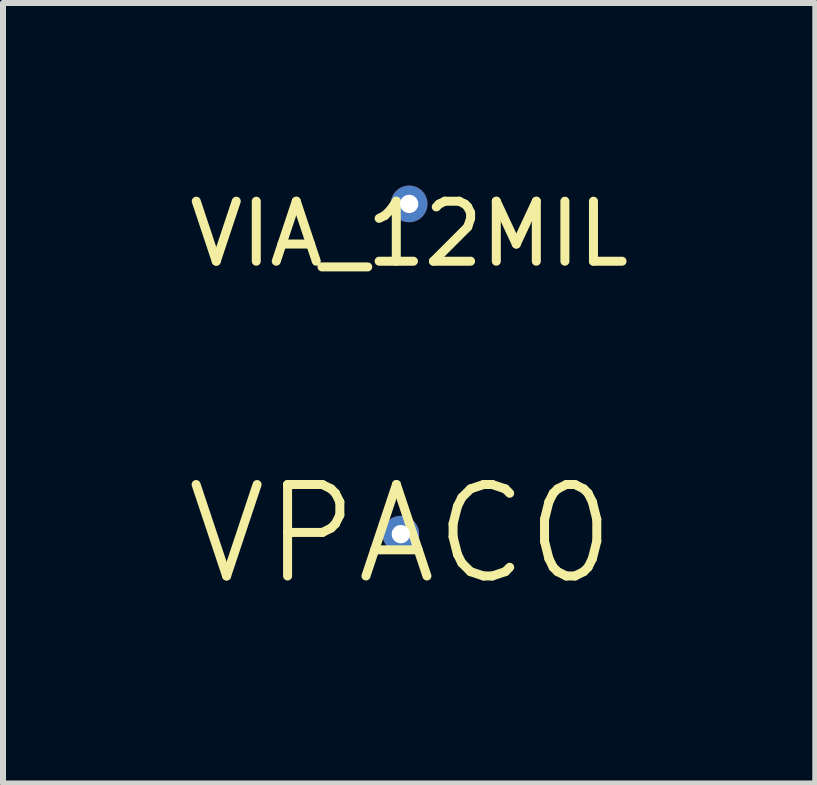
<source format=kicad_pcb>
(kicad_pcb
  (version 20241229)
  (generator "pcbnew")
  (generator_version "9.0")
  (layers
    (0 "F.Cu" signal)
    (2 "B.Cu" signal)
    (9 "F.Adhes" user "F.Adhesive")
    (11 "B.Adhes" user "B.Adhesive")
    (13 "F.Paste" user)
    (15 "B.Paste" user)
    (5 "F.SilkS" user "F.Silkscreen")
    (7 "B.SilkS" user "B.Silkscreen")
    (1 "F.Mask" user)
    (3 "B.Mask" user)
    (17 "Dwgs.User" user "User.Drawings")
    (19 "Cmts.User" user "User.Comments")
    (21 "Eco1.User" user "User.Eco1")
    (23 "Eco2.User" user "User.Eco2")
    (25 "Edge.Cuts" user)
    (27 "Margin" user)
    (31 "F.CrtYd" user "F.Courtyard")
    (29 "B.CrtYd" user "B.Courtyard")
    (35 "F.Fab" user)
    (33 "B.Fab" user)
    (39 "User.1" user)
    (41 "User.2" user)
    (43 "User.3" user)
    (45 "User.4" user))
  (footprint "VPAC0"
    (layer "F.Cu")
    (at 3.629 5.851)
    (property "Reference" "VPAC0" (at 0 0 0) (layer "F.SilkS") (effects (font (size 1.524 1.524) (thickness 0.15))))
    (attr exclude_from_pos_files exclude_from_bom)
    (pad "VP" thru_hole circle (at 0 0) (size 0.61 0.61) (drill 0.305) (layers "*.Cu" "*.Paste" "*.Mask")))
  (footprint "VIA_12MIL"
    (layer "F.Cu")
    (at 3.768 0.348)
    (property "Reference" "VIA_12MIL" (at 0 0.5 0) (layer "F.SilkS") (effects (font (size 1 1) (thickness 0.15))))
    (attr through_hole)
    (pad "1" thru_hole circle (at 0 0) (size 0.61 0.61) (drill 0.305) (layers "*.Cu")))
  (gr_rect
    (start -3 -3)
    (end 10.536 10.006)
    (stroke (width 0.1) (type default))
    (fill no)
    (layer "Edge.Cuts")))
</source>
